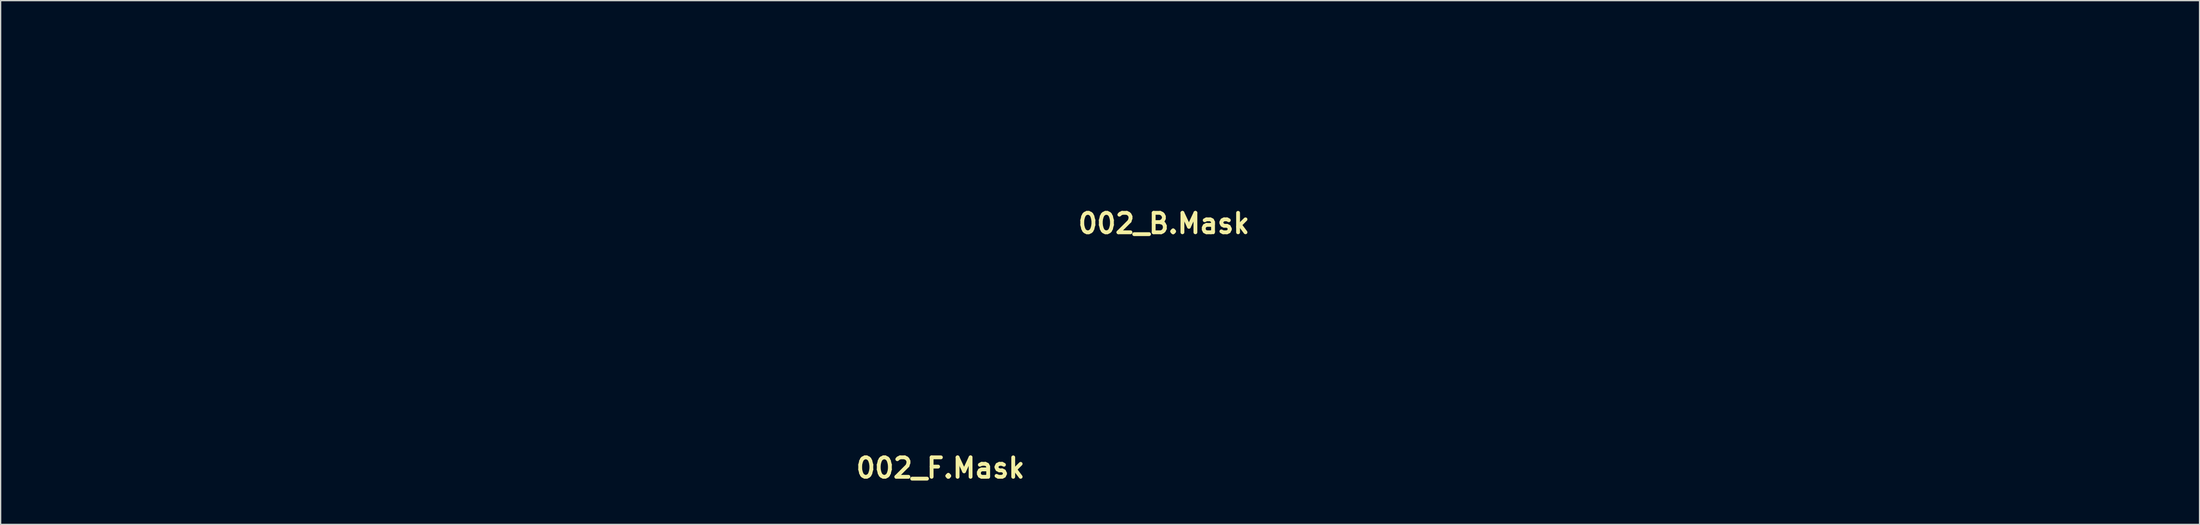
<source format=kicad_pcb>
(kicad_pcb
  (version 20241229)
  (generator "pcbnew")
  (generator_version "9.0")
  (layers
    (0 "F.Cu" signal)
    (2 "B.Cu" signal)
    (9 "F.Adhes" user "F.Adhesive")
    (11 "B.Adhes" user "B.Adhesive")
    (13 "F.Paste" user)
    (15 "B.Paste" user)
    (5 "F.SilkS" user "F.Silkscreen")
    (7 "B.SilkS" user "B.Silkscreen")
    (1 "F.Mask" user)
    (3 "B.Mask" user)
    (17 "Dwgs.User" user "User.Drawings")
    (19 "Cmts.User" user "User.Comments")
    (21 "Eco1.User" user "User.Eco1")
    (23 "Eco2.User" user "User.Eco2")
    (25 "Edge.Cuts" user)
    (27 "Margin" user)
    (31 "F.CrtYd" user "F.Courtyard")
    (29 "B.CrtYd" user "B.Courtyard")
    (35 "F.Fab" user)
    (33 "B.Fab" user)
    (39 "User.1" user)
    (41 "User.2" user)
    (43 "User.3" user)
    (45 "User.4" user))
  (footprint "002_F.Mask"
    (layer "F.Cu")
    (at 70.532 33.613)
    (property "Reference" "002_F.Mask" (at 0 0 0) (layer "F.SilkS") (effects (font (size 1.524 1.524) (thickness 0.3))))
    (attr through_hole)
    (fp_poly (pts (xy 81.619 -8.636) (xy -70.527 -8.636) (xy -70.527 -14.676) (xy -17.625 -14.704) (xy -15.378 -14.705) (xy -13.114 -14.706) (xy -10.835 -14.707) (xy -8.544 -14.708) (xy -6.244 -14.71) (xy -3.936 -14.711) (xy -1.625 -14.712) (xy 0.688 -14.713) (xy 3 -14.714) (xy 5.307 -14.715) (xy 7.608 -14.716) (xy 9.9 -14.717) (xy 12.18 -14.718) (xy 14.445 -14.719) (xy 16.692 -14.72) (xy 18.92 -14.721) (xy 21.124 -14.722) (xy 23.304 -14.722) (xy 25.455 -14.723) (xy 27.575 -14.724) (xy 29.662 -14.725) (xy 31.712 -14.726) (xy 33.724 -14.726) (xy 35.694 -14.727) (xy 37.619 -14.728) (xy 39.498 -14.728) (xy 41.327 -14.729) (xy 43.104 -14.729) (xy 44.826 -14.73) (xy 46.49 -14.73) (xy 48.093 -14.73) (xy 49.634 -14.731) (xy 51.109 -14.731) (xy 52.515 -14.731) (xy 53.85 -14.732) (xy 55.111 -14.732) (xy 56.296 -14.732) (xy 57.401 -14.732) (xy 58.425 -14.732) (xy 81.619 -14.732) (xy 81.619 -8.636)) (stroke (width 0.01) (type solid)) (fill yes) (layer "F.Mask")))
  (footprint "002_B.Mask"
    (layer "F.Cu")
    (at 88.016 14.458)
    (property "Reference" "002_B.Mask" (at 0 0 0) (layer "F.SilkS") (effects (font (size 1.524 1.524) (thickness 0.3))))
    (attr through_hole)
    (fp_poly (pts (xy 78.029 -6.998) (xy -4.983 -6.998) (xy -6.438 -6.998) (xy -7.887 -6.998) (xy -9.331 -6.998) (xy -10.768 -6.998) (xy -12.198 -6.998) (xy -13.622 -6.998) (xy -15.039 -6.998) (xy -16.449 -6.998) (xy -17.852 -6.998) (xy -19.247 -6.998) (xy -20.634 -6.998) (xy -22.013 -6.998) (xy -23.384 -6.998) (xy -24.747 -6.998) (xy -26.101 -6.998) (xy -27.447 -6.998) (xy -28.783 -6.998) (xy -30.11 -6.998) (xy -31.428 -6.998) (xy -32.736 -6.998) (xy -34.034 -6.998) (xy -35.323 -6.998) (xy -36.601 -6.998) (xy -37.868 -6.998) (xy -39.125 -6.998) (xy -40.371 -6.999) (xy -41.605 -6.999) (xy -42.829 -6.999) (xy -44.041 -6.999) (xy -45.241 -6.999) (xy -46.429 -6.999) (xy -47.605 -6.999) (xy -48.769 -6.999) (xy -49.92 -6.999) (xy -51.058 -6.999) (xy -52.183 -6.999) (xy -53.295 -6.999) (xy -54.394 -6.999) (xy -55.479 -6.999) (xy -56.55 -7) (xy -57.607 -7) (xy -58.65 -7) (xy -59.679 -7) (xy -60.692 -7) (xy -61.691 -7) (xy -62.675 -7) (xy -63.643 -7) (xy -64.596 -7) (xy -65.533 -7) (xy -66.454 -7) (xy -67.359 -7.001) (xy -68.248 -7.001) (xy -69.12 -7.001) (xy -69.975 -7.001) (xy -70.813 -7.001) (xy -71.634 -7.001) (xy -72.438 -7.001) (xy -73.224 -7.001) (xy -73.992 -7.001) (xy -74.742 -7.002) (xy -75.474 -7.002) (xy -76.187 -7.002) (xy -76.882 -7.002) (xy -77.558 -7.002) (xy -78.214 -7.002) (xy -78.852 -7.002) (xy -79.47 -7.002) (xy -80.068 -7.003) (xy -80.646 -7.003) (xy -81.204 -7.003) (xy -81.741 -7.003) (xy -82.259 -7.003) (xy -82.755 -7.003) (xy -83.23 -7.003) (xy -83.684 -7.003) (xy -84.117 -7.004) (xy -84.528 -7.004) (xy -84.917 -7.004) (xy -85.284 -7.004) (xy -85.629 -7.004) (xy -85.951 -7.004) (xy -86.251 -7.004) (xy -86.528 -7.005) (xy -86.782 -7.005) (xy -87.012 -7.005) (xy -87.219 -7.005) (xy -87.402 -7.005) (xy -87.562 -7.005) (xy -87.697 -7.005) (xy -87.807 -7.006) (xy -87.894 -7.006) (xy -87.955 -7.006) (xy -87.991 -7.006) (xy -88.003 -7.006) (xy -88.003 -7.019) (xy -88.004 -7.057) (xy -88.005 -7.118) (xy -88.005 -7.202) (xy -88.006 -7.306) (xy -88.006 -7.432) (xy -88.007 -7.576) (xy -88.008 -7.74) (xy -88.008 -7.92) (xy -88.009 -8.117) (xy -88.009 -8.33) (xy -88.009 -8.556) (xy -88.01 -8.797) (xy -88.01 -9.049) (xy -88.01 -9.314) (xy -88.011 -9.588) (xy -88.011 -9.872) (xy -88.011 -10.165) (xy -88.011 -10.465) (xy -88.011 -10.734) (xy -88.011 -14.453) (xy 78.029 -14.453) (xy 78.029 -6.998)) (stroke (width 0.01) (type solid)) (fill yes) (layer "B.Mask")))
  (gr_rect
    (start -3 -3)
    (end 169.05 38.031)
    (stroke (width 0.1) (type default))
    (fill no)
    (layer "Edge.Cuts")))
</source>
